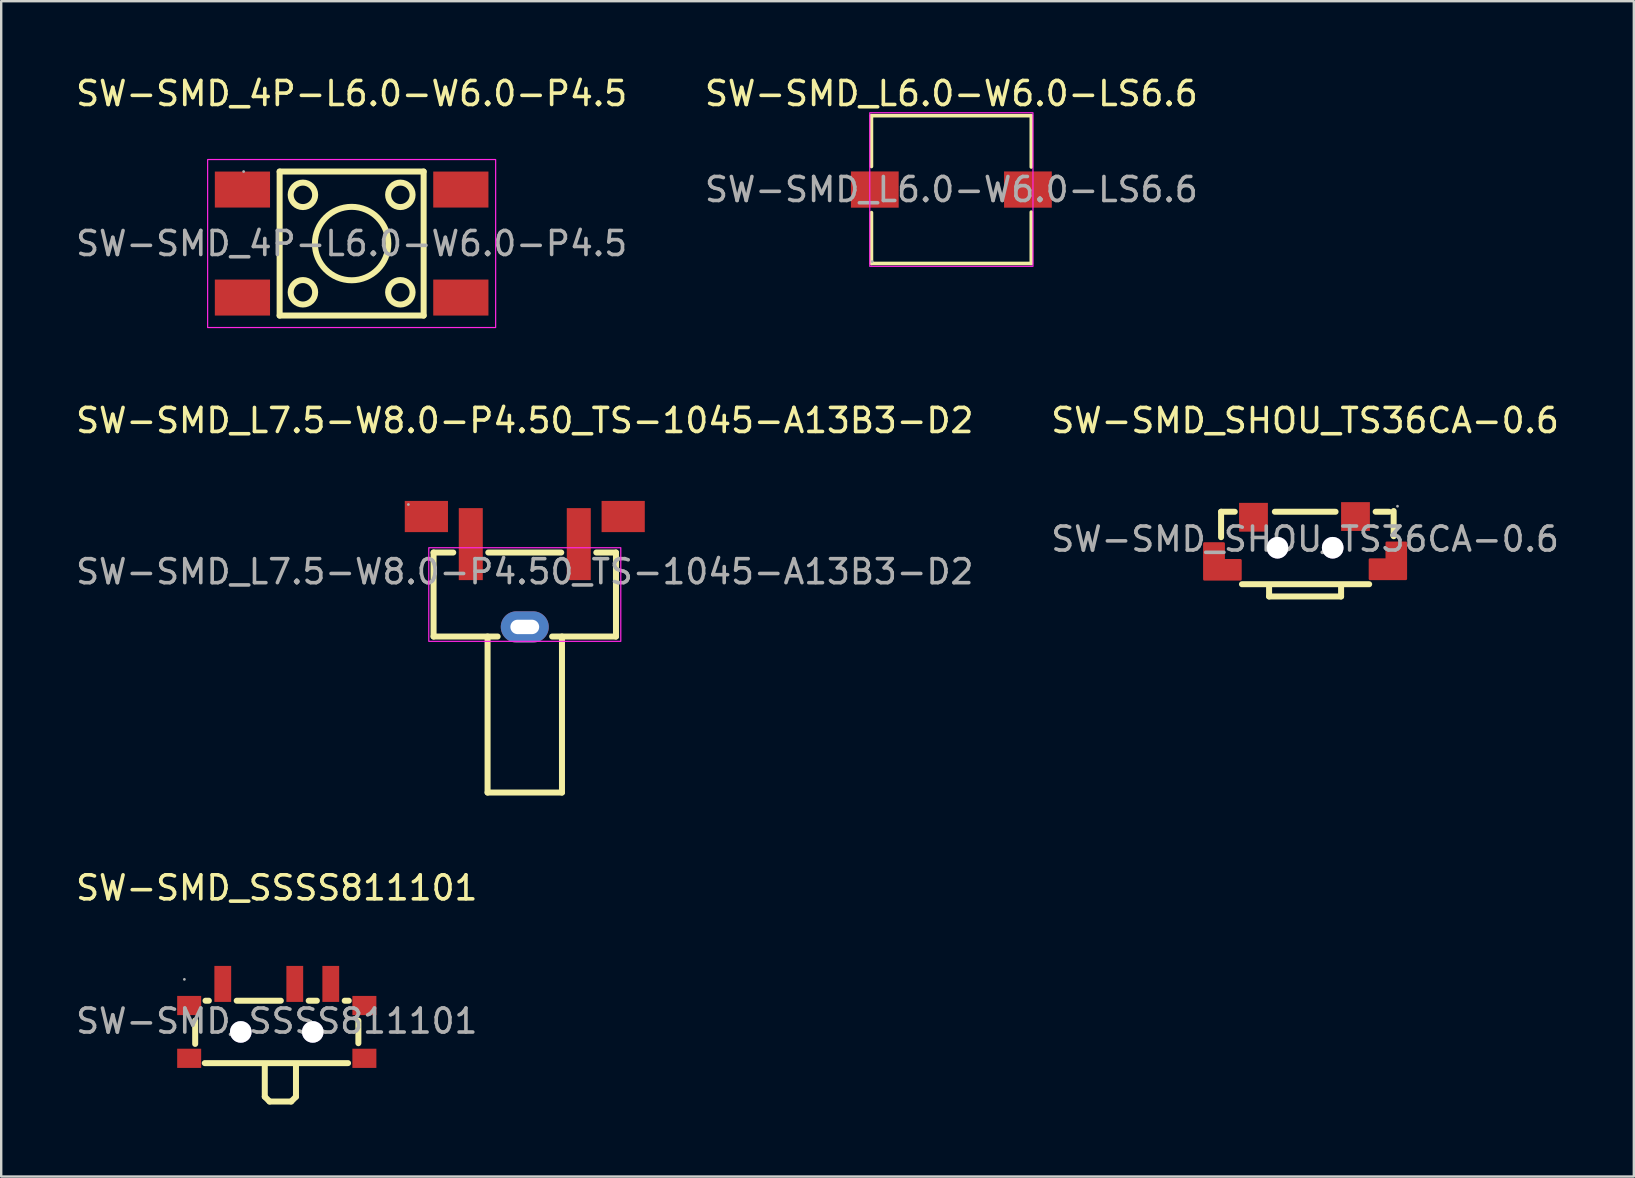
<source format=kicad_pcb>
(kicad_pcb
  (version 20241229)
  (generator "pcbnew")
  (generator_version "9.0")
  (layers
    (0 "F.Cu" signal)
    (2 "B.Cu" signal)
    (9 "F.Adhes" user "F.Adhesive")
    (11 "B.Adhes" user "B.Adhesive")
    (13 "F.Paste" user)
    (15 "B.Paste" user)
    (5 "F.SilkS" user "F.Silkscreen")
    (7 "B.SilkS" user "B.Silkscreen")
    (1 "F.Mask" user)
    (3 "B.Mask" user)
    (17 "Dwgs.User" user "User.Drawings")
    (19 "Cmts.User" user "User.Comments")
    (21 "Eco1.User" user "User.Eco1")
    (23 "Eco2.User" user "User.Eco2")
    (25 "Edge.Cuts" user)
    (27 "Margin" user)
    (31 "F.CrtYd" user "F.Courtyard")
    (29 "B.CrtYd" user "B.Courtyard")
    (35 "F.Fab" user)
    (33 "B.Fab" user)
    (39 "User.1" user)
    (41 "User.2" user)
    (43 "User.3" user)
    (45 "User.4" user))
  (footprint "SW-SMD_SSSS811101"
    (layer "F.Cu")
    (at 8.482 39.495)
    (property "Reference" "SW-SMD_SSSS811101" (at 0 -5.55 0) (layer "F.SilkS") (effects (font (size 1 1) (thickness 0.15))))
    (attr smd)
    (fp_line (start -3.4 0.95) (end -3.4 -0.02) (stroke (width 0.25) (type solid)) (layer "F.SilkS"))
    (fp_line (start -2.97 -0.85) (end -2.83 -0.85) (stroke (width 0.25) (type solid)) (layer "F.SilkS"))
    (fp_line (start -1.67 -0.85) (end 0.17 -0.85) (stroke (width 0.25) (type solid)) (layer "F.SilkS"))
    (fp_line (start -0.5 3.15) (end -0.5 1.85) (stroke (width 0.25) (type solid)) (layer "F.SilkS"))
    (fp_line (start -0.3 3.35) (end -0.5 3.15) (stroke (width 0.25) (type solid)) (layer "F.SilkS"))
    (fp_line (start -0.3 3.35) (end 0.6 3.35) (stroke (width 0.25) (type solid)) (layer "F.SilkS"))
    (fp_line (start 0.6 3.35) (end 0.8 3.15) (stroke (width 0.25) (type solid)) (layer "F.SilkS"))
    (fp_line (start 0.8 3.15) (end 0.8 1.85) (stroke (width 0.25) (type solid)) (layer "F.SilkS"))
    (fp_line (start 1.33 -0.85) (end 1.67 -0.85) (stroke (width 0.25) (type solid)) (layer "F.SilkS"))
    (fp_line (start 2.83 -0.85) (end 3 -0.85) (stroke (width 0.25) (type solid)) (layer "F.SilkS"))
    (fp_line (start 2.97 1.75) (end -3 1.75) (stroke (width 0.25) (type solid)) (layer "F.SilkS"))
    (fp_line (start 3.4 -0.02) (end 3.4 0.92) (stroke (width 0.25) (type solid)) (layer "F.SilkS"))
    (fp_circle (center -1.5 0.45) (end -1.3 0.45) (stroke (width 0.4) (type solid)) (fill no) (layer "Cmts.User"))
    (fp_circle (center 1.5 0.45) (end 1.7 0.45) (stroke (width 0.4) (type solid)) (fill no) (layer "Cmts.User"))
    (fp_circle (center -3.85 -1.74) (end -3.82 -1.74) (stroke (width 0.06) (type solid)) (fill no) (layer "F.Fab"))
    (fp_text user "${REFERENCE}" (at 0 0 0) (layer "F.Fab") (effects (font (size 1 1) (thickness 0.15))))
    (pad "" thru_hole circle (at -1.5 0.45) (size 0.9 0.9) (drill 0.9) (layers "*.Cu" "*.Mask"))
    (pad "" thru_hole circle (at 1.5 0.45) (size 0.9 0.9) (drill 0.9) (layers "*.Cu" "*.Mask"))
    (pad "1" smd rect (at -2.25 -1.55) (size 0.7 1.5) (layers "F.Cu" "F.Mask" "F.Paste"))
    (pad "2" smd rect (at 0.75 -1.55) (size 0.7 1.5) (layers "F.Cu" "F.Mask" "F.Paste"))
    (pad "3" smd rect (at 2.25 -1.55) (size 0.7 1.5) (layers "F.Cu" "F.Mask" "F.Paste"))
    (pad "4" smd rect (at -3.65 -0.65 90) (size 0.8 1) (layers "F.Cu" "F.Mask" "F.Paste"))
    (pad "5" smd rect (at 3.65 -0.65 90) (size 0.8 1) (layers "F.Cu" "F.Mask" "F.Paste"))
    (pad "6" smd rect (at 3.65 1.55 90) (size 0.8 1) (layers "F.Cu" "F.Mask" "F.Paste"))
    (pad "7" smd rect (at -3.65 1.55 90) (size 0.8 1) (layers "F.Cu" "F.Mask" "F.Paste")))
  (footprint "SW-SMD_SHOU_TS36CA-0.6"
    (layer "F.Cu")
    (at 51.327 19.412)
    (property "Reference" "SW-SMD_SHOU_TS36CA-0.6" (at 0 -4.94 0) (layer "F.SilkS") (effects (font (size 1 1) (thickness 0.15))))
    (attr smd)
    (fp_line (start -3.5 -1.14) (end -3.5 -0.08) (stroke (width 0.25) (type solid)) (layer "F.SilkS"))
    (fp_line (start -3.5 -1.14) (end -2.93 -1.14) (stroke (width 0.25) (type solid)) (layer "F.SilkS"))
    (fp_line (start -1.5 2.39) (end -1.5 1.91) (stroke (width 0.25) (type solid)) (layer "F.SilkS"))
    (fp_line (start -1.26 -1.14) (end 1.27 -1.14) (stroke (width 0.25) (type solid)) (layer "F.SilkS"))
    (fp_line (start 1.5 2.39) (end -1.5 2.39) (stroke (width 0.25) (type solid)) (layer "F.SilkS"))
    (fp_line (start 1.5 2.39) (end 1.5 1.91) (stroke (width 0.25) (type solid)) (layer "F.SilkS"))
    (fp_line (start 2.67 1.88) (end -2.63 1.88) (stroke (width 0.25) (type solid)) (layer "F.SilkS"))
    (fp_line (start 2.94 -1.14) (end 3.5 -1.14) (stroke (width 0.25) (type solid)) (layer "F.SilkS"))
    (fp_line (start 3.69 -1.17) (end 3.69 -0.12) (stroke (width 0.25) (type solid)) (layer "F.SilkS"))
    (fp_circle (center -1.15 0.36) (end -0.97 0.36) (stroke (width 0.35) (type solid)) (fill no) (layer "Cmts.User"))
    (fp_circle (center 1.15 0.36) (end 1.33 0.36) (stroke (width 0.35) (type solid)) (fill no) (layer "Cmts.User"))
    (fp_circle (center 3.85 -1.37) (end 3.88 -1.37) (stroke (width 0.06) (type solid)) (fill no) (layer "F.Fab"))
    (fp_text user "${REFERENCE}" (at 0 0 0) (layer "F.Fab") (effects (font (size 1 1) (thickness 0.15))))
    (pad "" thru_hole circle (at -1.15 0.36) (size 0.9 0.9) (drill 0.9) (layers "*.Cu" "*.Mask"))
    (pad "" thru_hole circle (at 1.15 0.36) (size 0.9 0.9) (drill 0.9) (layers "*.Cu" "*.Mask"))
    (pad "1" smd rect (at 2.1 -0.94 180) (size 1.2 1.2) (layers "F.Cu" "F.Mask" "F.Paste"))
    (pad "2" smd rect (at -2.15 -0.91 180) (size 1.2 1.2) (layers "F.Cu" "F.Mask" "F.Paste"))
    (pad "3" smd custom (at -3.45 0.94) (size 0.01 0.01) (layers "F.Cu" "F.Mask" "F.Paste") (options (anchor circle)) (primitives (gr_poly (pts (xy -0.75 0.74) (xy -0.75 -0.76) (xy 0.06 -0.76) (xy 0.06 -0.06) (xy 0.76 -0.06) (xy 0.76 0.74)) (width 0.1) (fill yes))))
    (pad "4" smd custom (at 3.45 0.91) (size 0.01 0.01) (layers "F.Cu" "F.Mask" "F.Paste") (options (anchor circle)) (primitives (gr_poly (pts (xy 0.75 0.75) (xy -0.75 0.75) (xy -0.75 -0.06) (xy -0.05 -0.06) (xy -0.05 -0.76) (xy 0.75 -0.76)) (width 0.1) (fill yes)))))
  (footprint "SW-SMD_L6.0-W6.0-LS6.6"
    (layer "F.Cu")
    (at 36.589 4.848)
    (property "Reference" "SW-SMD_L6.0-W6.0-LS6.6" (at 0 -4 0) (layer "F.SilkS") (effects (font (size 1 1) (thickness 0.15))))
    (attr smd)
    (fp_line (start -3.33 -3.08) (end -3.33 -0.96) (stroke (width 0.15) (type solid)) (layer "F.SilkS"))
    (fp_line (start -3.33 3.08) (end -3.33 0.96) (stroke (width 0.15) (type solid)) (layer "F.SilkS"))
    (fp_line (start 3.33 -3.08) (end -3.33 -3.08) (stroke (width 0.15) (type solid)) (layer "F.SilkS"))
    (fp_line (start 3.33 -3.08) (end 3.33 -0.94) (stroke (width 0.15) (type solid)) (layer "F.SilkS"))
    (fp_line (start 3.33 3.08) (end -3.33 3.08) (stroke (width 0.15) (type solid)) (layer "F.SilkS"))
    (fp_line (start 3.33 3.08) (end 3.33 0.94) (stroke (width 0.15) (type solid)) (layer "F.SilkS"))
    (fp_rect (start -3.4 -3.2) (end 3.4 3.2) (stroke (width 0.05) (type default)) (fill no) (layer "F.CrtYd"))
    (fp_circle (center -3.3 3) (end -3.27 3) (stroke (width 0.06) (type solid)) (fill no) (layer "F.Fab"))
    (fp_text user "${REFERENCE}" (at 0 0 0) (layer "F.Fab") (effects (font (size 1 1) (thickness 0.15))))
    (pad "1" smd rect (at -3.19 0) (size 1.99 1.51) (layers "F.Cu" "F.Mask" "F.Paste"))
    (pad "2" smd rect (at 3.19 0) (size 1.99 1.51) (layers "F.Cu" "F.Mask" "F.Paste")))
  (footprint "SW-SMD_4P-L6.0-W6.0-P4.5"
    (layer "F.Cu")
    (at 11.601 7.098)
    (property "Reference" "SW-SMD_4P-L6.0-W6.0-P4.5" (at 0 -6.25 0) (layer "F.SilkS") (effects (font (size 1 1) (thickness 0.15))))
    (attr smd)
    (fp_line (start -3 -3) (end 3 -3) (stroke (width 0.25) (type solid)) (layer "F.SilkS"))
    (fp_line (start -3 3) (end -3 -3) (stroke (width 0.25) (type solid)) (layer "F.SilkS"))
    (fp_line (start 3 -3) (end 3 3) (stroke (width 0.25) (type solid)) (layer "F.SilkS"))
    (fp_line (start 3 3) (end -3 3) (stroke (width 0.25) (type solid)) (layer "F.SilkS"))
    (fp_circle (center -2.03 -2.03) (end -1.52 -2.03) (stroke (width 0.25) (type solid)) (fill no) (layer "F.SilkS"))
    (fp_circle (center -2.03 2.03) (end -1.52 2.03) (stroke (width 0.25) (type solid)) (fill no) (layer "F.SilkS"))
    (fp_circle (center 0 0) (end 1.53 0) (stroke (width 0.25) (type solid)) (fill no) (layer "F.SilkS"))
    (fp_circle (center 2.03 -2.03) (end 2.54 -2.03) (stroke (width 0.25) (type solid)) (fill no) (layer "F.SilkS"))
    (fp_circle (center 2.03 2.03) (end 2.54 2.03) (stroke (width 0.25) (type solid)) (fill no) (layer "F.SilkS"))
    (fp_rect (start -6 -3.5) (end 6 3.5) (stroke (width 0.05) (type default)) (fill no) (layer "F.CrtYd"))
    (fp_circle (center -4.5 -3) (end -4.47 -3) (stroke (width 0.06) (type solid)) (fill no) (layer "F.Fab"))
    (fp_text user "${REFERENCE}" (at 0 0 0) (layer "F.Fab") (effects (font (size 1 1) (thickness 0.15))))
    (pad "1" smd rect (at -4.55 -2.25) (size 2.3 1.5) (layers "F.Cu" "F.Mask" "F.Paste"))
    (pad "2" smd rect (at 4.55 -2.25) (size 2.3 1.5) (layers "F.Cu" "F.Mask" "F.Paste"))
    (pad "3" smd rect (at -4.55 2.25) (size 2.3 1.5) (layers "F.Cu" "F.Mask" "F.Paste"))
    (pad "4" smd rect (at 4.55 2.25) (size 2.3 1.5) (layers "F.Cu" "F.Mask" "F.Paste")))
  (footprint "SW-SMD_L7.5-W8.0-P4.50_TS-1045-A13B3-D2"
    (layer "F.Cu")
    (at 18.815 20.771)
    (property "Reference" "SW-SMD_L7.5-W8.0-P4.50_TS-1045-A13B3-D2" (at 0 -6.3 0) (layer "F.SilkS") (effects (font (size 1 1) (thickness 0.15))))
    (attr smd)
    (fp_line (start -3.8 2.7) (end -3.8 -0.8) (stroke (width 0.25) (type solid)) (layer "F.SilkS"))
    (fp_line (start -2.98 -0.8) (end -3.8 -0.8) (stroke (width 0.25) (type solid)) (layer "F.SilkS"))
    (fp_line (start -1.55 9.2) (end -1.55 2.7) (stroke (width 0.25) (type solid)) (layer "F.SilkS"))
    (fp_line (start -1.13 2.7) (end -3.8 2.7) (stroke (width 0.25) (type solid)) (layer "F.SilkS"))
    (fp_line (start 1.52 -0.8) (end -1.52 -0.8) (stroke (width 0.25) (type solid)) (layer "F.SilkS"))
    (fp_line (start 1.55 9.2) (end -1.55 9.2) (stroke (width 0.25) (type solid)) (layer "F.SilkS"))
    (fp_line (start 1.55 9.2) (end 1.55 2.7) (stroke (width 0.25) (type solid)) (layer "F.SilkS"))
    (fp_line (start 3.8 -0.8) (end 2.98 -0.8) (stroke (width 0.25) (type solid)) (layer "F.SilkS"))
    (fp_line (start 3.8 2.7) (end 1.14 2.7) (stroke (width 0.25) (type solid)) (layer "F.SilkS"))
    (fp_line (start 3.8 2.7) (end 3.8 -0.8) (stroke (width 0.25) (type solid)) (layer "F.SilkS"))
    (fp_rect (start -4 -1) (end 4 2.9) (stroke (width 0.05) (type default)) (fill no) (layer "F.CrtYd"))
    (fp_circle (center -4.85 -2.8) (end -4.82 -2.8) (stroke (width 0.06) (type solid)) (fill no) (layer "F.Fab"))
    (fp_text user "${REFERENCE}" (at 0 0 0) (layer "F.Fab") (effects (font (size 1 1) (thickness 0.15))))
    (pad "1" smd rect (at -2.25 -1.15 180) (size 1 3) (layers "F.Cu" "F.Mask" "F.Paste"))
    (pad "2" smd rect (at 2.25 -1.15 180) (size 1 3) (layers "F.Cu" "F.Mask" "F.Paste"))
    (pad "3" smd rect (at -4.1 -2.3) (size 1.8 1.3) (layers "F.Cu" "F.Mask" "F.Paste"))
    (pad "3" thru_hole oval (at 0 2.3 180) (size 2 1.3) (drill oval 1.2 0.6) (layers "*.Cu" "*.Mask"))
    (pad "3" smd rect (at 4.1 -2.3) (size 1.8 1.3) (layers "F.Cu" "F.Mask" "F.Paste")))
  (gr_rect
    (start -3 -3)
    (end 65.024 45.97)
    (stroke (width 0.1) (type default))
    (fill no)
    (layer "Edge.Cuts")))
</source>
